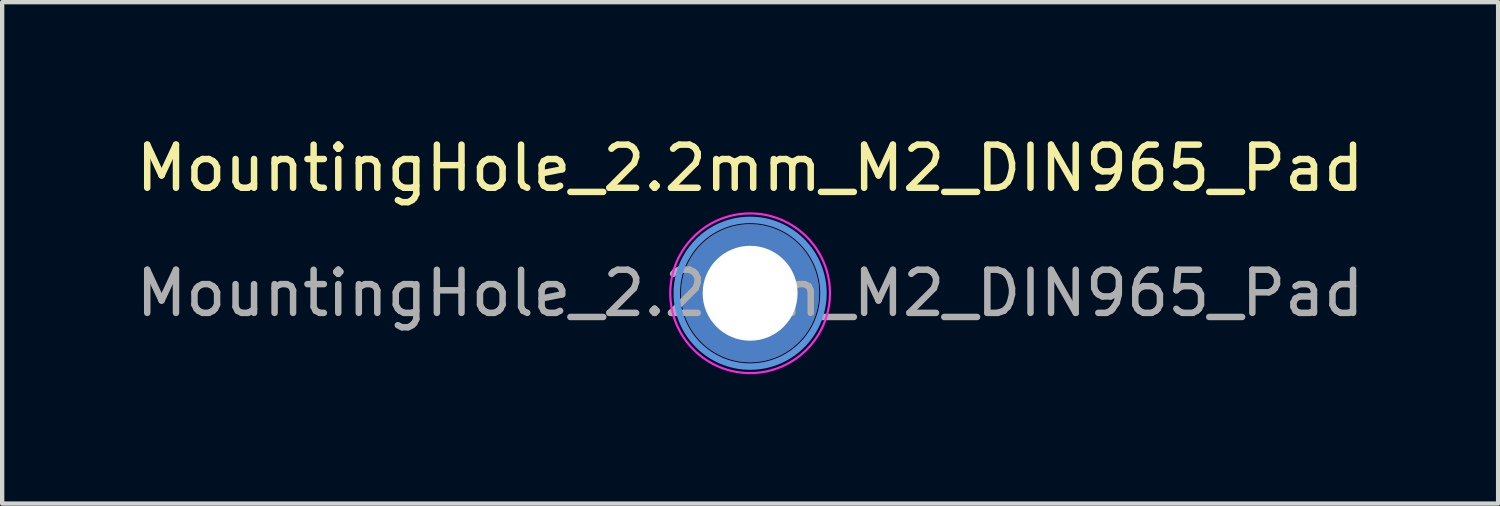
<source format=kicad_pcb>
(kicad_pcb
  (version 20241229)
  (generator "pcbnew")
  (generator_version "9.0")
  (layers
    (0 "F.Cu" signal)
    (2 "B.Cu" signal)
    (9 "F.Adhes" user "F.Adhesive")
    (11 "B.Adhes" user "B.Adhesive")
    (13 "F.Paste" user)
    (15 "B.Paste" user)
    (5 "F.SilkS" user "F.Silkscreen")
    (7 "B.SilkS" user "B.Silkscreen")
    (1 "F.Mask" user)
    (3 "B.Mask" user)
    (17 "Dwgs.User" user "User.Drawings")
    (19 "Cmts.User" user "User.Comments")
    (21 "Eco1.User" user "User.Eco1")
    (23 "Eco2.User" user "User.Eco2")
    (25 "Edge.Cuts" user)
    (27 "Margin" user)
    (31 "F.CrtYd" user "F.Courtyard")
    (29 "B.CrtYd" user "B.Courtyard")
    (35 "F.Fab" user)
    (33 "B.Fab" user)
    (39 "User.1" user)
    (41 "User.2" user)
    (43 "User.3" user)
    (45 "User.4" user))
  (footprint "MountingHole_2.2mm_M2_DIN965_Pad"
    (layer "F.Cu")
    (at 14.339 3.748)
    (property "Reference" "MountingHole_2.2mm_M2_DIN965_Pad" (at 0 -2.9 0) (layer "F.SilkS") (effects (font (size 1 1) (thickness 0.15))))
    (attr exclude_from_pos_files exclude_from_bom)
    (fp_circle (center 0 0) (end 1.7 0) (stroke (width 0.15) (type solid)) (fill no) (layer "Cmts.User"))
    (fp_circle (center 0 0) (end 1.85 0.05) (stroke (width 0.05) (type solid)) (fill no) (layer "F.CrtYd"))
    (fp_text user "${REFERENCE}" (at 0 0 0) (layer "F.Fab") (effects (font (size 1 1) (thickness 0.15))))
    (pad "1" thru_hole circle (at 0 0) (size 3.2 3.2) (drill 2.2) (layers "*.Cu" "*.Mask")))
  (gr_rect
    (start -3 -3)
    (end 31.679 8.624)
    (stroke (width 0.1) (type default))
    (fill no)
    (layer "Edge.Cuts")))
</source>
